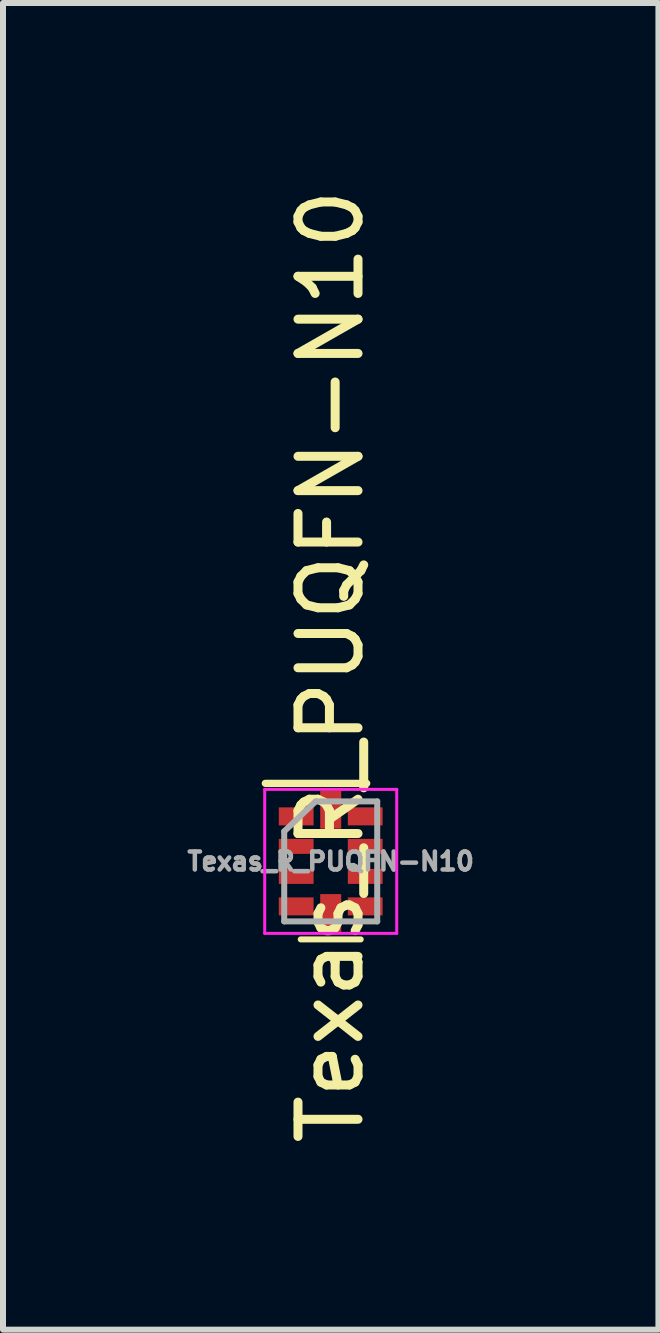
<source format=kicad_pcb>
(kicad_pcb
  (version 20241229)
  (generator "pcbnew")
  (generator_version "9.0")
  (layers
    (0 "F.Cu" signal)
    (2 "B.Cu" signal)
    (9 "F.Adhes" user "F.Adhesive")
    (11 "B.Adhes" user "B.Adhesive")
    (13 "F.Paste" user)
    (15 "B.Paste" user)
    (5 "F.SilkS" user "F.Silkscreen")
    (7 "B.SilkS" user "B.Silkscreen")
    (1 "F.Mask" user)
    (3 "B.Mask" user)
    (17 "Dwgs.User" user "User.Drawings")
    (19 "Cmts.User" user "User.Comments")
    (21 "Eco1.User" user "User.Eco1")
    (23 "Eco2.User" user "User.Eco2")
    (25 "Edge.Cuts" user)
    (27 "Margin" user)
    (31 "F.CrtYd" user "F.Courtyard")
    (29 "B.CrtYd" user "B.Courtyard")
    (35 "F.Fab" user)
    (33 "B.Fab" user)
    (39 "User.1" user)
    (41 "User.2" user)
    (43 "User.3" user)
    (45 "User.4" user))
  (footprint "Texas_R_PUQFN-N10"
    (layer "F.Cu")
    (at 2.461 11.304)
    (property "Reference" "Texas_R_PUQFN-N10" (at 0 -3.25 270) (layer "F.SilkS") (effects (font (size 1 1) (thickness 0.15))))
    (attr smd)
    (fp_line (start 0.5 1.3) (end -0.5 1.3) (stroke (width 0.1) (type solid)) (layer "F.SilkS"))
    (fp_line (start 0.6 -1.3) (end -1.09 -1.3) (stroke (width 0.12) (type solid)) (layer "F.SilkS"))
    (fp_line (start -1.1 -1.2) (end 1.1 -1.2) (stroke (width 0.05) (type solid)) (layer "F.CrtYd"))
    (fp_line (start -1.1 1.2) (end -1.1 -1.2) (stroke (width 0.05) (type solid)) (layer "F.CrtYd"))
    (fp_line (start 1.1 -1.2) (end 1.1 1.2) (stroke (width 0.05) (type solid)) (layer "F.CrtYd"))
    (fp_line (start 1.1 1.2) (end -1.1 1.2) (stroke (width 0.05) (type solid)) (layer "F.CrtYd"))
    (fp_line (start -0.775 -0.5) (end -0.775 1) (stroke (width 0.1) (type solid)) (layer "F.Fab"))
    (fp_line (start -0.775 -0.5) (end -0.25 -1) (stroke (width 0.1) (type solid)) (layer "F.Fab"))
    (fp_line (start -0.25 -1) (end 0.775 -1) (stroke (width 0.1) (type solid)) (layer "F.Fab"))
    (fp_line (start 0.775 -1) (end 0.775 1) (stroke (width 0.1) (type solid)) (layer "F.Fab"))
    (fp_line (start 0.775 1) (end -0.775 1) (stroke (width 0.1) (type solid)) (layer "F.Fab"))
    (fp_text user "${REFERENCE}" (at 0 0 0) (layer "F.Fab") (effects (font (size 0.3 0.3) (thickness 0.075))))
    (pad "1" smd rect (at -0.575 -0.75 270) (size 0.3 0.58) (layers "F.Cu" "F.Mask" "F.Paste"))
    (pad "2" smd rect (at -0.575 -0.25 270) (size 0.25 0.58) (layers "F.Cu" "F.Mask" "F.Paste"))
    (pad "3" smd rect (at -0.575 0.25 270) (size 0.25 0.58) (layers "F.Cu" "F.Mask" "F.Paste"))
    (pad "4" smd rect (at -0.575 0.75 270) (size 0.3 0.58) (layers "F.Cu" "F.Mask" "F.Paste"))
    (pad "5" smd rect (at 0 0.86 270) (size 0.63 0.35) (layers "F.Cu" "F.Mask" "F.Paste"))
    (pad "6" smd rect (at 0.575 0.75 270) (size 0.3 0.58) (layers "F.Cu" "F.Mask" "F.Paste"))
    (pad "7" smd rect (at 0.575 0.25 270) (size 0.25 0.58) (layers "F.Cu" "F.Mask" "F.Paste"))
    (pad "8" smd rect (at 0.575 -0.25 270) (size 0.25 0.58) (layers "F.Cu" "F.Mask" "F.Paste"))
    (pad "9" smd rect (at 0.575 -0.75 270) (size 0.3 0.58) (layers "F.Cu" "F.Mask" "F.Paste"))
    (pad "10" smd rect (at 0 -0.86 270) (size 0.63 0.35) (layers "F.Cu" "F.Mask" "F.Paste")))
  (gr_rect
    (start -3 -3)
    (end 7.922 19.107)
    (stroke (width 0.1) (type default))
    (fill no)
    (layer "Edge.Cuts")))
</source>
